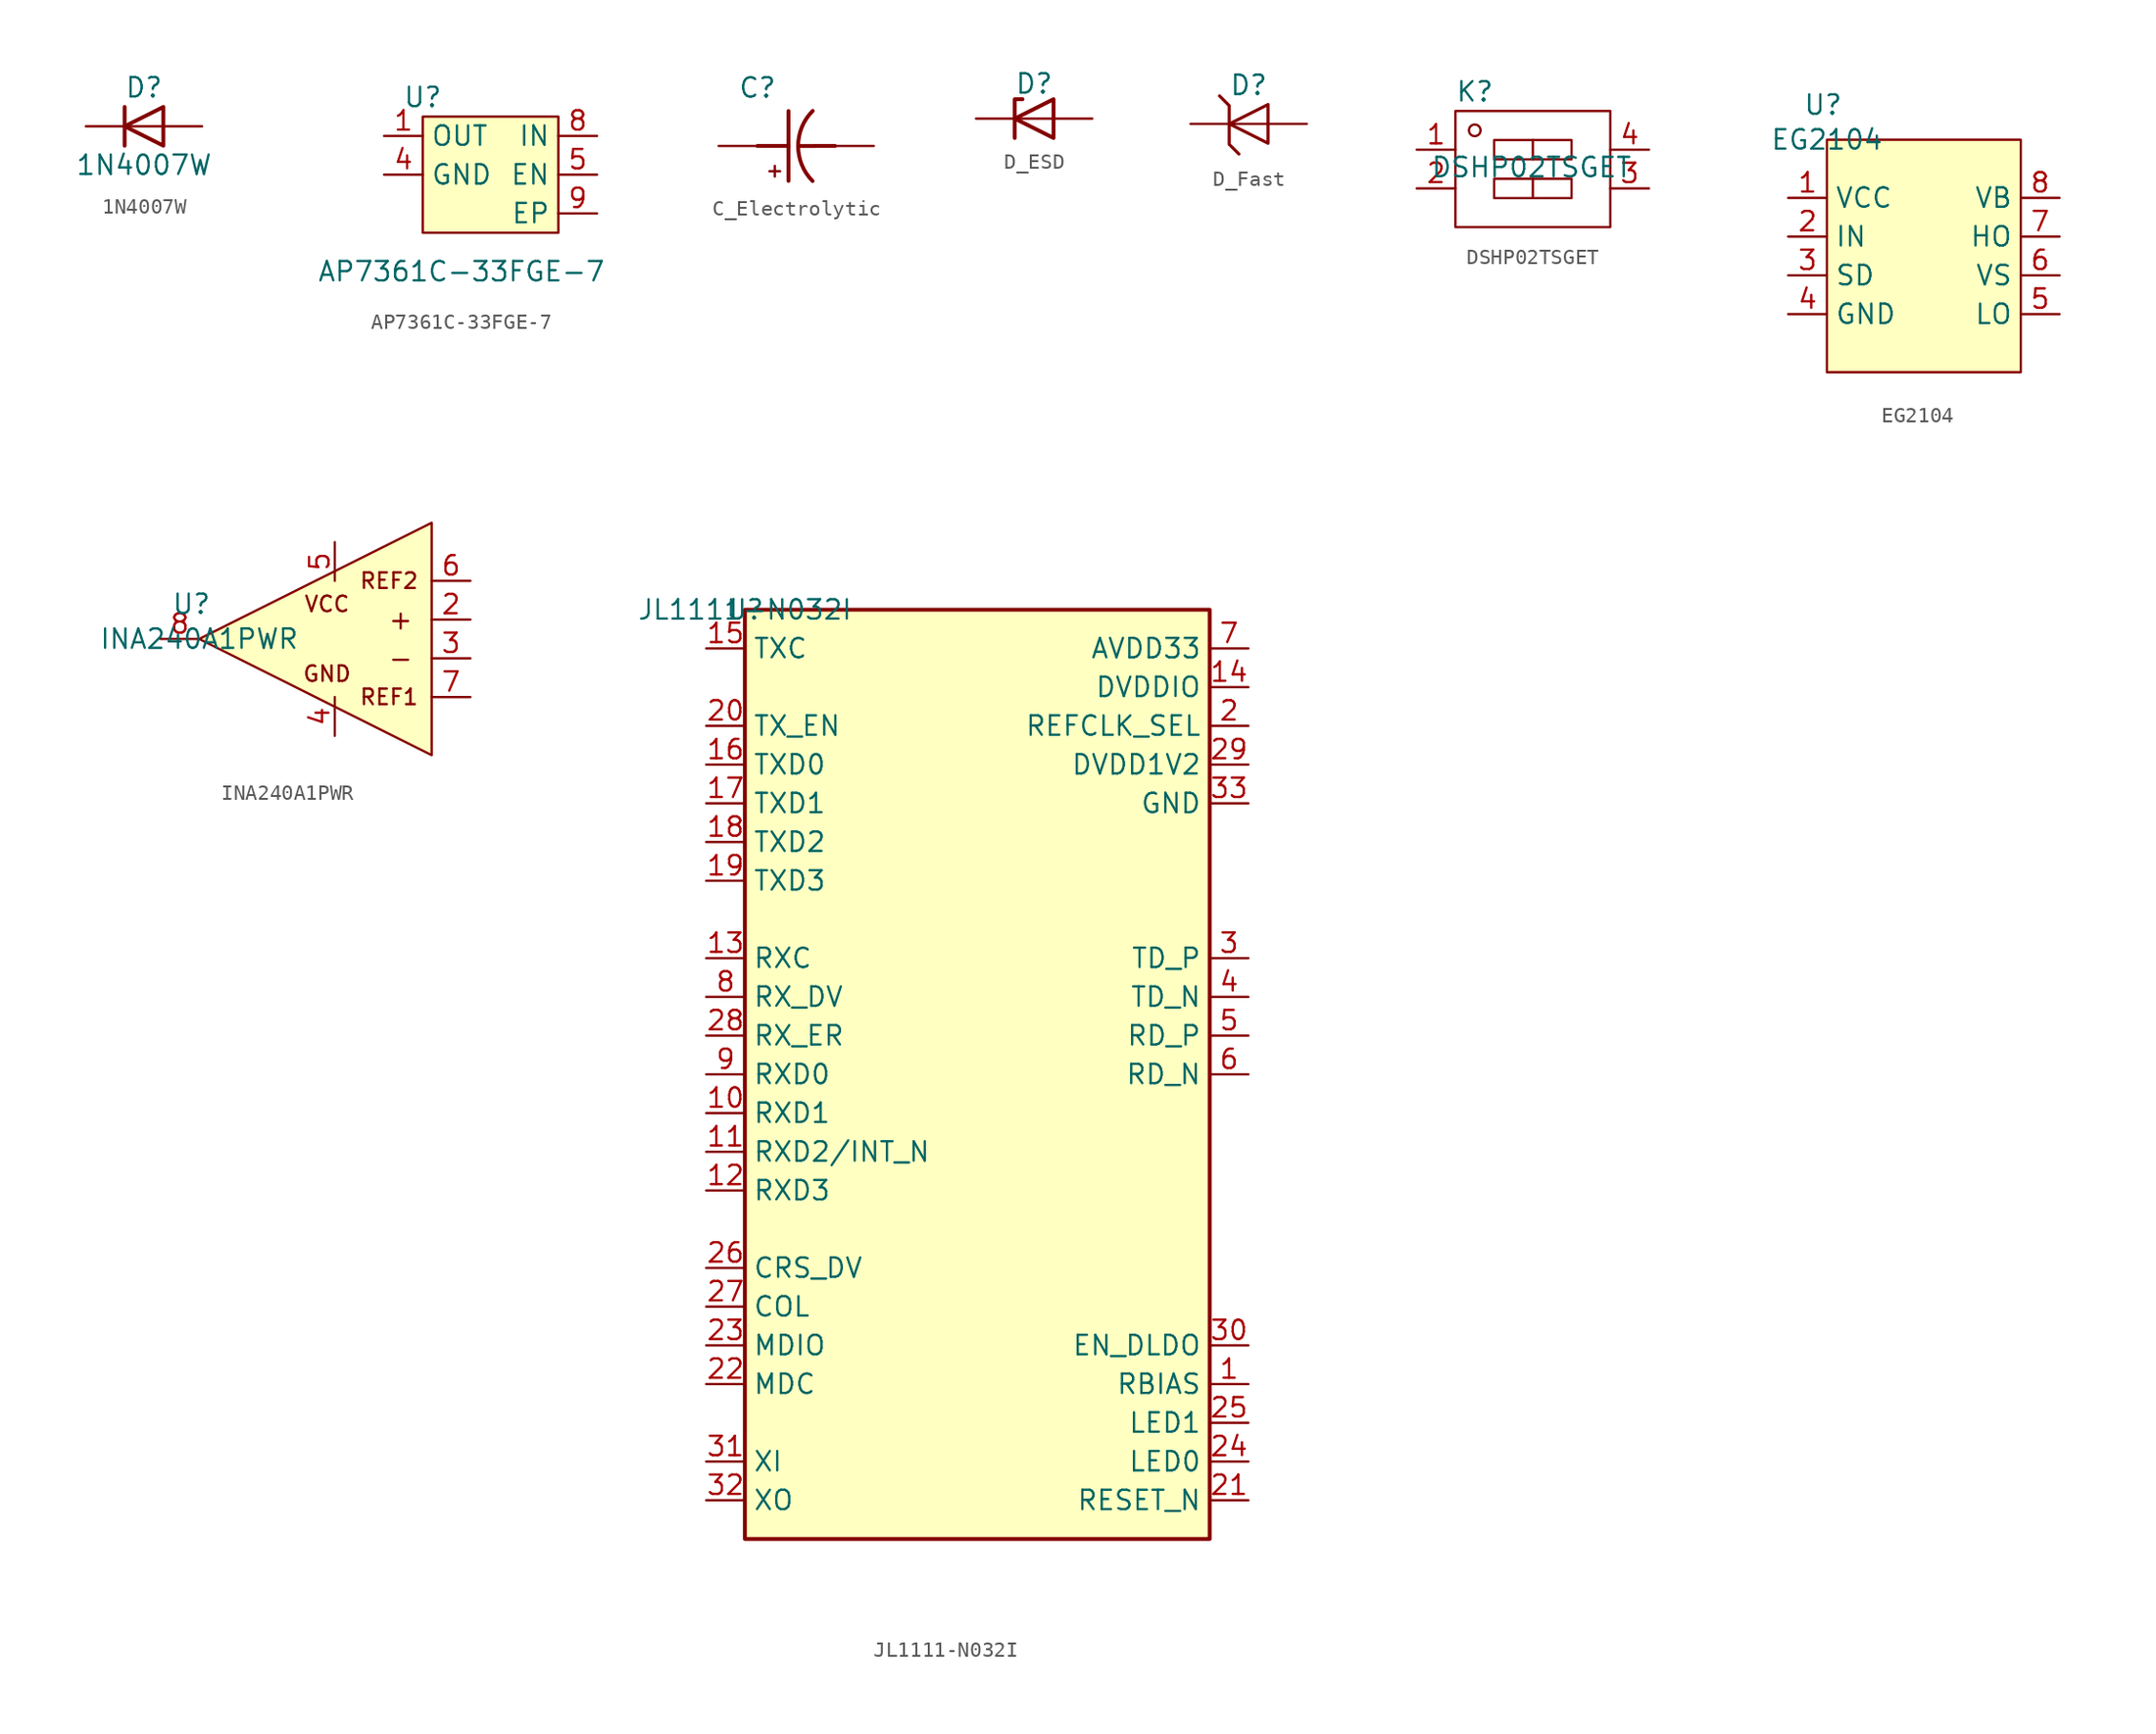
<source format=kicad_sym>
(kicad_symbol_lib
  (version 20241209)
  (generator "kicad_symbol_editor")
  (generator_version "9.0")
  (symbol "1N4007W"
    (pin_numbers
      (hide yes))
    (pin_names
      (hide yes))
    (property "Reference" "D"
      (at 0 2.54 0)
      (effects (font (size 1.27 1.27))))
    (property "Value" "1N4007W"
      (at 0 -2.54 0)
      (effects (font (size 1.27 1.27))))
    (symbol "1N4007W_0_1"
      (polyline (pts (xy -1.27 1.27) (xy -1.27 -1.27)) (stroke (width 0.254) (type default)) (fill (type none)))
      (polyline (pts (xy 1.27 1.27) (xy 1.27 -1.27) (xy -1.27 0) (xy 1.27 1.27)) (stroke (width 0.254) (type default)) (fill (type none)))
      (polyline (pts (xy 1.27 0) (xy -1.27 0)) (stroke (width 0) (type default)) (fill (type none))))
    (symbol "1N4007W_1_1"
      (pin passive line (at -3.81 0 0) (length 2.54) (name "K" (effects (font (size 1.27 1.27)))) (number "1" (effects (font (size 1.27 1.27)))))
      (pin passive line (at 3.81 0 180) (length 2.54) (name "A" (effects (font (size 1.27 1.27)))) (number "2" (effects (font (size 1.27 1.27)))))))
  (symbol "AP7361C-33FGE-7"
    (property "Reference" "U"
      (at 0 1.27 0)
      (effects (font (size 1.27 1.27))))
    (property "Value" "AP7361C-33FGE-7"
      (at 2.54 -10.16 0)
      (effects (font (size 1.27 1.27))))
    (symbol "AP7361C-33FGE-7_1_0"
      (pin unspecified line (at 11.43 -6.35 180) (length 2.54) (name "EP" (effects (font (size 1.27 1.27)))) (number "9" (effects (font (size 1.27 1.27))))))
    (symbol "AP7361C-33FGE-7_1_1"
      (rectangle (start 0 0) (end 8.89 -7.62) (stroke (width 0) (type default)) (fill (type background)))
      (pin power_out line (at -2.54 -1.27 0) (length 2.54) (name "OUT" (effects (font (size 1.27 1.27)))) (number "1" (effects (font (size 1.27 1.27)))))
      (pin power_in line (at -2.54 -3.81 0) (length 2.54) (name "GND" (effects (font (size 1.27 1.27)))) (number "4" (effects (font (size 1.27 1.27)))))
      (pin power_in line (at 11.43 -1.27 180) (length 2.54) (name "IN" (effects (font (size 1.27 1.27)))) (number "8" (effects (font (size 1.27 1.27)))))
      (pin input line (at 11.43 -3.81 180) (length 2.54) (name "EN" (effects (font (size 1.27 1.27)))) (number "5" (effects (font (size 1.27 1.27)))))))
  (symbol "C_Electrolytic"
    (property "Reference" "C"
      (at -2.54 3.81 0)
      (effects (font (size 1.27 1.27))))
    (property "Value" ""
      (at 0 0 0)
      (effects (font (size 1.27 1.27))))
    (symbol "C_Electrolytic_0_0"
      (text "" (at -1.411 -1.169 0) (effects (font (size 1.27 1.27)))))
    (symbol "C_Electrolytic_1_0"
      (polyline (pts (xy -0.508 2.286) (xy -0.508 -2.286)) (stroke (width 0.254) (type default)) (fill (type none)))
      (polyline (pts (xy -0.508 0) (xy -2.54 0)) (stroke (width 0.254) (type default)) (fill (type none)))
      (polyline (pts (xy 0.238 -0.004) (xy 2.54 0)) (stroke (width 0.254) (type default)) (fill (type none)))
      (pin passive line (at -5.08 0 0) (length 2.54) (name "1" (effects (font (size 0 0)))) (number "1" (effects (font (size 0 0)))))
      (pin passive line (at 5.08 0 180) (length 2.54) (name "2" (effects (font (size 0 0)))) (number "2" (effects (font (size 0 0))))))
    (symbol "C_Electrolytic_1_1"
      (polyline (pts (xy -1.758 -1.657) (xy -1.054 -1.657)) (stroke (width 0) (type default)) (fill (type none)))
      (polyline (pts (xy -1.401 -2.006) (xy -1.401 -1.303)) (stroke (width 0) (type default)) (fill (type none)))
      (arc (start 1.0683 -2.2954) (mid 0.1258 0.0022) (end 1.0791 2.2954) (stroke (width 0.254) (type default)) (fill (type none)))))
  (symbol "D_ESD"
    (pin_numbers
      (hide yes))
    (pin_names
      (hide yes))
    (property "Reference" "D"
      (at 0 2.286 0)
      (effects (font (size 1.27 1.27))))
    (property "Value" ""
      (at 0 0 0)
      (effects (font (size 1.27 1.27))))
    (symbol "D_ESD_0_1"
      (polyline (pts (xy -1.27 -1.27) (xy -1.27 1.27) (xy -0.762 1.27)) (stroke (width 0.254) (type default)) (fill (type none)))
      (polyline (pts (xy 1.27 0) (xy -1.27 0)) (stroke (width 0) (type default)) (fill (type none)))
      (polyline (pts (xy 1.27 -1.27) (xy 1.27 1.27) (xy -1.27 0) (xy 1.27 -1.27)) (stroke (width 0.254) (type default)) (fill (type none))))
    (symbol "D_ESD_1_1"
      (pin passive line (at -3.81 0 0) (length 2.54) (name "K" (effects (font (size 1.27 1.27)))) (number "1" (effects (font (size 1.27 1.27)))))
      (pin passive line (at 3.81 0 180) (length 2.54) (name "A" (effects (font (size 1.27 1.27)))) (number "2" (effects (font (size 1.27 1.27)))))))
  (symbol "D_Fast"
    (property "Reference" "D"
      (at 0 2.54 0)
      (effects (font (size 1.27 1.27))))
    (property "Value" ""
      (at 0 0 0)
      (effects (font (size 1.27 1.27))))
    (property "立创编号" ""
      (at 0 0 0)
      (effects (font (size 1.27 1.27))))
    (symbol "D_Fast_0_1"
      (polyline (pts (xy -1.911 1.833) (xy -1.911 1.833) (xy -1.276 1.198) (xy -1.276 -1.341) (xy -0.64 -1.976) (xy -0.64 -1.976)) (stroke (width 0.203) (type default)) (fill (type none)))
      (polyline (pts (xy 1.27 1.27) (xy 1.27 -1.27) (xy -1.27 0) (xy 1.27 1.27)) (stroke (width 0.203) (type default)) (fill (type none)))
      (polyline (pts (xy 3.81 0) (xy -3.81 0)) (stroke (width 0) (type default)) (fill (type none))))
    (symbol "D_Fast_1_1"
      (pin passive line (at -3.81 0 0) (length 2.54) (hide yes) (name "K" (effects (font (size 1.27 1.27)))) (number "1" (effects (font (size 1.27 1.27)))))
      (pin passive line (at 3.81 0 180) (length 2.54) (hide yes) (name "A" (effects (font (size 1.27 1.27)))) (number "2" (effects (font (size 1.27 1.27)))))))
  (symbol "DSHP02TSGET"
    (pin_names
      (hide yes))
    (property "Reference" "K"
      (at -3.81 5.08 0)
      (effects (font (size 1.27 1.27))))
    (property "Value" "DSHP02TSGET"
      (at -0.088 0.112 0)
      (effects (font (size 1.27 1.27))))
    (symbol "DSHP02TSGET_1_1"
      (rectangle (start -5.08 3.81) (end 5.08 -3.81) (stroke (width 0) (type default)) (fill (type none)))
      (circle (center -3.81 2.54) (radius 0.381) (stroke (width 0) (type default)) (fill (type none)))
      (rectangle (start -2.54 1.905) (end 2.54 0.635) (stroke (width 0) (type default)) (fill (type none)))
      (rectangle (start -2.54 -1.905) (end 2.54 -0.635) (stroke (width 0) (type default)) (fill (type none)))
      (polyline (pts (xy 0 1.905) (xy 0 0.635)) (stroke (width 0) (type default)) (fill (type none)))
      (polyline (pts (xy 0 -0.635) (xy 0 -1.905)) (stroke (width 0) (type default)) (fill (type none)))
      (pin input line (at -7.62 1.27 0) (length 2.54) (name "PIN1" (effects (font (size 1.27 1.27)))) (number "1" (effects (font (size 1.27 1.27)))))
      (pin input line (at -7.62 -1.27 0) (length 2.54) (name "PIN2" (effects (font (size 1.27 1.27)))) (number "2" (effects (font (size 1.27 1.27)))))
      (pin input line (at 7.62 1.27 180) (length 2.54) (name "PIN4" (effects (font (size 1.27 1.27)))) (number "4" (effects (font (size 1.27 1.27)))))
      (pin input line (at 7.62 -1.27 180) (length 2.54) (name "PIN3" (effects (font (size 1.27 1.27)))) (number "3" (effects (font (size 1.27 1.27)))))))
  (symbol "EG2104"
    (property "Reference" "U"
      (at -0.254 2.286 0)
      (effects (font (size 1.27 1.27))))
    (property "Value" "EG2104"
      (at 0 0 0)
      (effects (font (size 1.27 1.27))))
    (symbol "EG2104_0_0"
      (pin power_in line (at -2.54 -3.81 0) (length 2.54) (name "VCC" (effects (font (size 1.27 1.27)))) (number "1" (effects (font (size 1.27 1.27)))))
      (pin input line (at -2.54 -6.35 0) (length 2.54) (name "IN" (effects (font (size 1.27 1.27)))) (number "2" (effects (font (size 1.27 1.27)))))
      (pin input line (at -2.54 -8.89 0) (length 2.54) (name "SD" (effects (font (size 1.27 1.27)))) (number "3" (effects (font (size 1.27 1.27)))))
      (pin power_in line (at -2.54 -11.43 0) (length 2.54) (name "GND" (effects (font (size 1.27 1.27)))) (number "4" (effects (font (size 1.27 1.27)))))
      (pin input line (at 15.24 -3.81 180) (length 2.54) (name "VB" (effects (font (size 1.27 1.27)))) (number "8" (effects (font (size 1.27 1.27)))))
      (pin output line (at 15.24 -6.35 180) (length 2.54) (name "HO" (effects (font (size 1.27 1.27)))) (number "7" (effects (font (size 1.27 1.27)))))
      (pin input line (at 15.24 -8.89 180) (length 2.54) (name "VS" (effects (font (size 1.27 1.27)))) (number "6" (effects (font (size 1.27 1.27)))))
      (pin output line (at 15.24 -11.43 180) (length 2.54) (name "LO" (effects (font (size 1.27 1.27)))) (number "5" (effects (font (size 1.27 1.27))))))
    (symbol "EG2104_1_1"
      (rectangle (start 0 0) (end 12.7 -15.24) (stroke (width 0) (type solid)) (fill (type background)))))
  (symbol "INA240A1PWR"
    (pin_names
      (hide yes))
    (property "Reference" "U"
      (at -0.508 2.286 0)
      (effects (font (size 1.27 1.27))))
    (property "Value" "INA240A1PWR"
      (at 0 0 0)
      (effects (font (size 1.27 1.27))))
    (symbol "INA240A1PWR_0_0"
      (pin power_in line (at 8.89 6.35 270) (length 2.54) (name "VS" (effects (font (size 1.27 1.27)))) (number "5" (effects (font (size 1.27 1.27)))))
      (pin power_in line (at 8.89 -6.35 90) (length 2.54) (name "GND" (effects (font (size 1.27 1.27)))) (number "4" (effects (font (size 1.27 1.27)))))
      (pin input line (at 17.78 3.81 180) (length 2.54) (name "REF2" (effects (font (size 1.27 1.27)))) (number "6" (effects (font (size 1.27 1.27)))))
      (pin input line (at 17.78 1.27 180) (length 2.54) (name "IN+" (effects (font (size 1.27 1.27)))) (number "2" (effects (font (size 1.27 1.27)))))
      (pin input line (at 17.78 -1.27 180) (length 2.54) (name "IN-" (effects (font (size 1.27 1.27)))) (number "3" (effects (font (size 1.27 1.27)))))
      (pin input line (at 17.78 -3.81 180) (length 2.54) (name "REF1" (effects (font (size 1.27 1.27)))) (number "7" (effects (font (size 1.27 1.27))))))
    (symbol "INA240A1PWR_1_0"
      (pin output line (at -2.54 0 0) (length 2.54) (name "OUT" (effects (font (size 1.27 1.27)))) (number "8" (effects (font (size 1.27 1.27)))))
      (pin no_connect non_logic (at 11.43 0 0) (length 2.54) (hide yes) (name "NC" (effects (font (size 1.27 1.27)))) (number "1" (effects (font (size 1.27 1.27))))))
    (symbol "INA240A1PWR_1_1"
      (polyline (pts (xy 0 0) (xy 15.24 7.62) (xy 15.24 -7.62) (xy 0 0)) (stroke (width 0) (type solid)) (fill (type background)))
      (text "VCC" (at 8.382 2.286 0) (effects (font (size 1.016 1.016))))
      (text "GND" (at 8.382 -2.286 0) (effects (font (size 1.016 1.016))))
      (text "REF2" (at 12.446 3.81 0) (effects (font (size 1.016 1.016))))
      (text "REF1" (at 12.446 -3.81 0) (effects (font (size 1.016 1.016))))
      (text "+" (at 13.208 1.27 0) (effects (font (size 1.27 1.27))))
      (text "-" (at 13.208 -1.27 0) (effects (font (size 1.27 1.27))))))
  (symbol "JL1111-N032I"
    (property "Reference" "U"
      (at 0 0 0)
      (effects (font (size 1.27 1.27))))
    (property "Value" "JL1111-N032I"
      (at 0 0 0)
      (effects (font (size 1.27 1.27))))
    (symbol "JL1111-N032I_1_1"
      (rectangle (start 0 0) (end 30.48 -60.96) (stroke (width 0.254) (type default)) (fill (type background)))
      (pin input line (at -2.54 -2.54 0) (length 2.54) (name "TXC" (effects (font (size 1.27 1.27)))) (number "15" (effects (font (size 1.27 1.27)))))
      (pin input line (at -2.54 -7.62 0) (length 2.54) (name "TX_EN" (effects (font (size 1.27 1.27)))) (number "20" (effects (font (size 1.27 1.27)))))
      (pin input line (at -2.54 -10.16 0) (length 2.54) (name "TXD0" (effects (font (size 1.27 1.27)))) (number "16" (effects (font (size 1.27 1.27)))))
      (pin input line (at -2.54 -12.7 0) (length 2.54) (name "TXD1" (effects (font (size 1.27 1.27)))) (number "17" (effects (font (size 1.27 1.27)))))
      (pin input line (at -2.54 -15.24 0) (length 2.54) (name "TXD2" (effects (font (size 1.27 1.27)))) (number "18" (effects (font (size 1.27 1.27)))))
      (pin input line (at -2.54 -17.78 0) (length 2.54) (name "TXD3" (effects (font (size 1.27 1.27)))) (number "19" (effects (font (size 1.27 1.27)))))
      (pin output line (at -2.54 -22.86 0) (length 2.54) (name "RXC" (effects (font (size 1.27 1.27)))) (number "13" (effects (font (size 1.27 1.27)))))
      (pin output line (at -2.54 -25.4 0) (length 2.54) (name "RX_DV" (effects (font (size 1.27 1.27)))) (number "8" (effects (font (size 1.27 1.27)))))
      (pin output line (at -2.54 -27.94 0) (length 2.54) (name "RX_ER" (effects (font (size 1.27 1.27)))) (number "28" (effects (font (size 1.27 1.27)))))
      (pin output line (at -2.54 -30.48 0) (length 2.54) (name "RXD0" (effects (font (size 1.27 1.27)))) (number "9" (effects (font (size 1.27 1.27)))))
      (pin output line (at -2.54 -33.02 0) (length 2.54) (name "RXD1" (effects (font (size 1.27 1.27)))) (number "10" (effects (font (size 1.27 1.27)))))
      (pin output line (at -2.54 -35.56 0) (length 2.54) (name "RXD2/INT_N" (effects (font (size 1.27 1.27)))) (number "11" (effects (font (size 1.27 1.27)))))
      (pin output line (at -2.54 -38.1 0) (length 2.54) (name "RXD3" (effects (font (size 1.27 1.27)))) (number "12" (effects (font (size 1.27 1.27)))))
      (pin output line (at -2.54 -43.18 0) (length 2.54) (name "CRS_DV" (effects (font (size 1.27 1.27)))) (number "26" (effects (font (size 1.27 1.27)))))
      (pin output line (at -2.54 -45.72 0) (length 2.54) (name "COL" (effects (font (size 1.27 1.27)))) (number "27" (effects (font (size 1.27 1.27)))))
      (pin bidirectional line (at -2.54 -48.26 0) (length 2.54) (name "MDIO" (effects (font (size 1.27 1.27)))) (number "23" (effects (font (size 1.27 1.27)))))
      (pin input line (at -2.54 -50.8 0) (length 2.54) (name "MDC" (effects (font (size 1.27 1.27)))) (number "22" (effects (font (size 1.27 1.27)))))
      (pin input line (at -2.54 -55.88 0) (length 2.54) (name "XI" (effects (font (size 1.27 1.27)))) (number "31" (effects (font (size 1.27 1.27)))))
      (pin output line (at -2.54 -58.42 0) (length 2.54) (name "XO" (effects (font (size 1.27 1.27)))) (number "32" (effects (font (size 1.27 1.27)))))
      (pin power_in line (at 33.02 -2.54 180) (length 2.54) (name "AVDD33" (effects (font (size 1.27 1.27)))) (number "7" (effects (font (size 1.27 1.27)))))
      (pin power_in line (at 33.02 -5.08 180) (length 2.54) (name "DVDDIO" (effects (font (size 1.27 1.27)))) (number "14" (effects (font (size 1.27 1.27)))))
      (pin power_in line (at 33.02 -7.62 180) (length 2.54) (name "REFCLK_SEL" (effects (font (size 1.27 1.27)))) (number "2" (effects (font (size 1.27 1.27)))))
      (pin power_in line (at 33.02 -10.16 180) (length 2.54) (name "DVDD1V2" (effects (font (size 1.27 1.27)))) (number "29" (effects (font (size 1.27 1.27)))))
      (pin power_in line (at 33.02 -12.7 180) (length 2.54) (name "GND" (effects (font (size 1.27 1.27)))) (number "33" (effects (font (size 1.27 1.27)))))
      (pin input line (at 33.02 -22.86 180) (length 2.54) (name "TD_P" (effects (font (size 1.27 1.27)))) (number "3" (effects (font (size 1.27 1.27)))))
      (pin input line (at 33.02 -25.4 180) (length 2.54) (name "TD_N" (effects (font (size 1.27 1.27)))) (number "4" (effects (font (size 1.27 1.27)))))
      (pin input line (at 33.02 -27.94 180) (length 2.54) (name "RD_P" (effects (font (size 1.27 1.27)))) (number "5" (effects (font (size 1.27 1.27)))))
      (pin input line (at 33.02 -30.48 180) (length 2.54) (name "RD_N" (effects (font (size 1.27 1.27)))) (number "6" (effects (font (size 1.27 1.27)))))
      (pin input line (at 33.02 -48.26 180) (length 2.54) (name "EN_DLDO" (effects (font (size 1.27 1.27)))) (number "30" (effects (font (size 1.27 1.27)))))
      (pin input line (at 33.02 -50.8 180) (length 2.54) (name "RBIAS" (effects (font (size 1.27 1.27)))) (number "1" (effects (font (size 1.27 1.27)))))
      (pin bidirectional line (at 33.02 -53.34 180) (length 2.54) (name "LED1" (effects (font (size 1.27 1.27)))) (number "25" (effects (font (size 1.27 1.27)))))
      (pin bidirectional line (at 33.02 -55.88 180) (length 2.54) (name "LED0" (effects (font (size 1.27 1.27)))) (number "24" (effects (font (size 1.27 1.27)))))
      (pin input line (at 33.02 -58.42 180) (length 2.54) (name "RESET_N" (effects (font (size 1.27 1.27)))) (number "21" (effects (font (size 1.27 1.27))))))))
</source>
